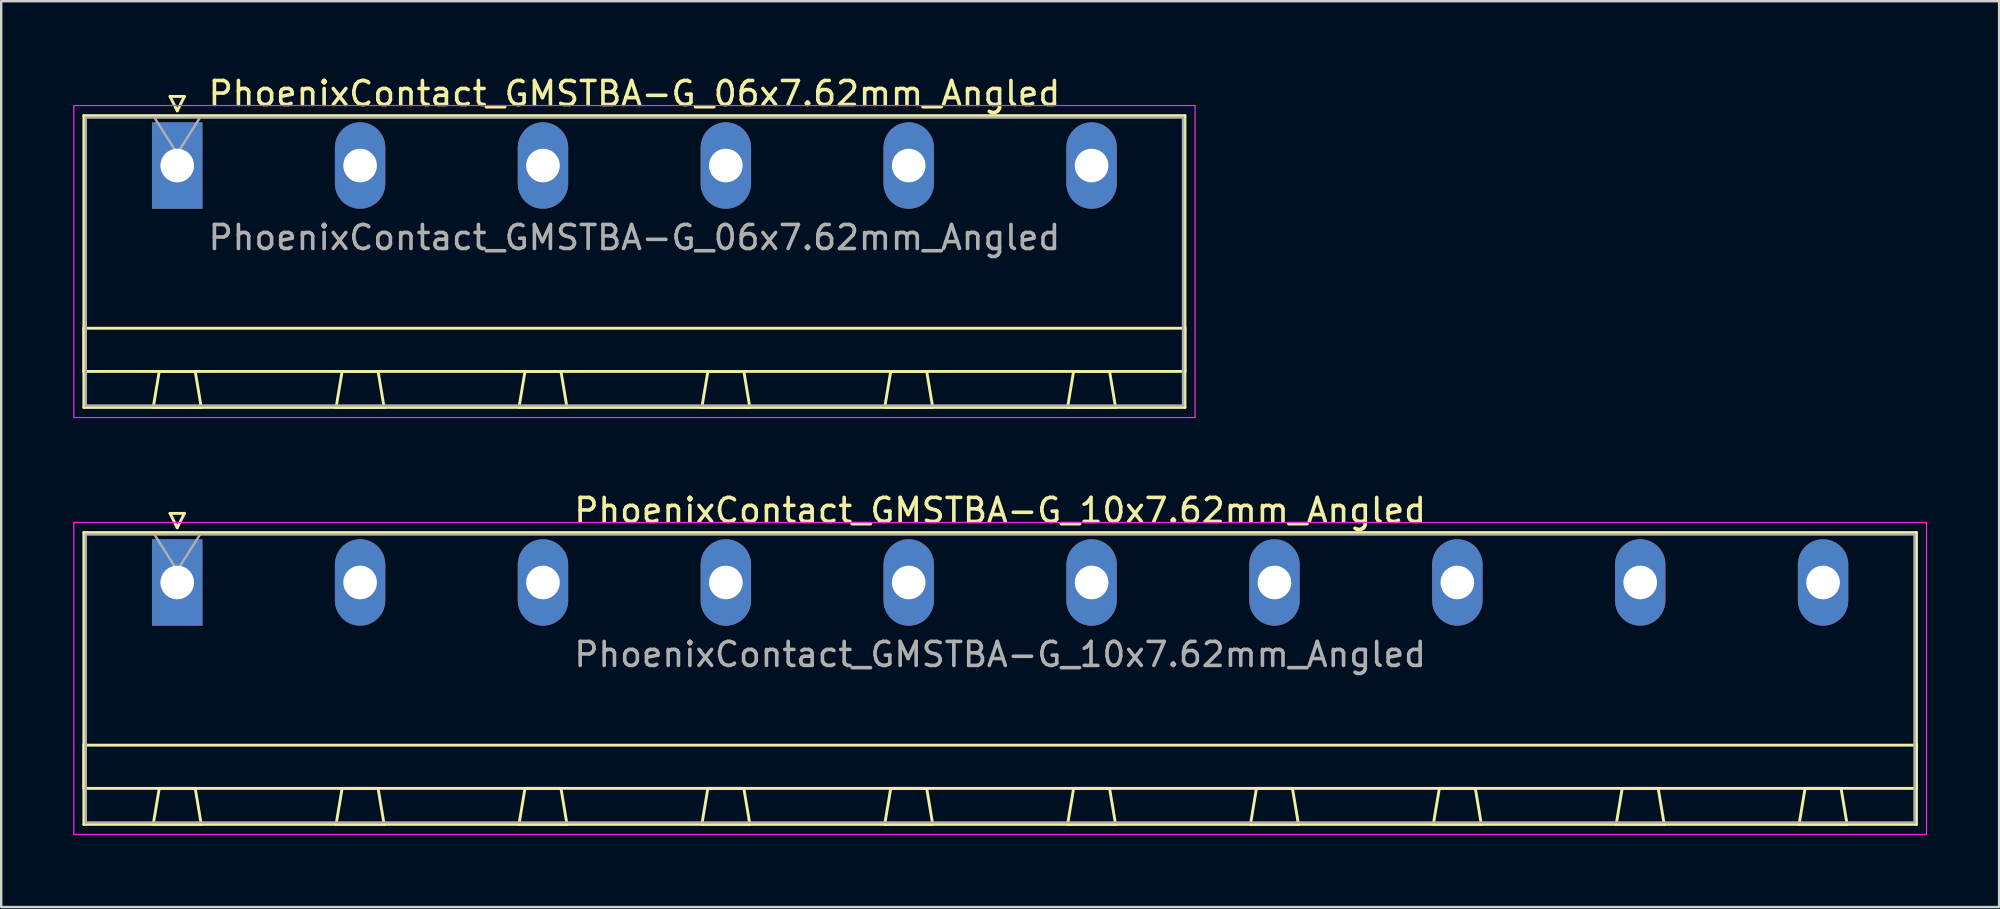
<source format=kicad_pcb>
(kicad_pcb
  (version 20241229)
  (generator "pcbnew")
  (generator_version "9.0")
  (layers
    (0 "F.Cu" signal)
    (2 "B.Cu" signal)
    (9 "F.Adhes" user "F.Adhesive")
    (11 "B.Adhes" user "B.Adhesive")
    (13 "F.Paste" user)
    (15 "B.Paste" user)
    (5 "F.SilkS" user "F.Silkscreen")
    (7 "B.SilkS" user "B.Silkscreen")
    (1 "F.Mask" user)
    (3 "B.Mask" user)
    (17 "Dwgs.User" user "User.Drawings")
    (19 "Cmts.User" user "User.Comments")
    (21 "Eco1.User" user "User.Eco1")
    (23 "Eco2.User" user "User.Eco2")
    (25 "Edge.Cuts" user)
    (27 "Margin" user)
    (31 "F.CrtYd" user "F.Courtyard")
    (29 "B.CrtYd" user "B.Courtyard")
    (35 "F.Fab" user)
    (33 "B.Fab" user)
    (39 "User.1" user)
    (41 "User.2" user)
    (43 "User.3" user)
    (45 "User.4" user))
  (footprint "PhoenixContact_GMSTBA-G_10x7.62mm_Angled"
    (layer "F.Cu")
    (at 4.335 21.221)
    (property "Reference" "PhoenixContact_GMSTBA-G_10x7.62mm_Angled" (at 34.29 -3 0) (layer "F.SilkS") (effects (font (size 1 1) (thickness 0.15))))
    (attr through_hole)
    (fp_line (start -3.89 -2.08) (end -3.89 10.08) (stroke (width 0.12) (type solid)) (layer "F.SilkS"))
    (fp_line (start -3.89 6.78) (end 72.47 6.78) (stroke (width 0.12) (type solid)) (layer "F.SilkS"))
    (fp_line (start -3.89 8.58) (end -3.89 6.78) (stroke (width 0.12) (type solid)) (layer "F.SilkS"))
    (fp_line (start -3.89 10.08) (end 72.47 10.08) (stroke (width 0.12) (type solid)) (layer "F.SilkS"))
    (fp_line (start -1 10.08) (end 1 10.08) (stroke (width 0.12) (type solid)) (layer "F.SilkS"))
    (fp_line (start -0.75 8.58) (end -1 10.08) (stroke (width 0.12) (type solid)) (layer "F.SilkS"))
    (fp_line (start -0.3 -2.88) (end 0.3 -2.88) (stroke (width 0.12) (type solid)) (layer "F.SilkS"))
    (fp_line (start 0 -2.28) (end -0.3 -2.88) (stroke (width 0.12) (type solid)) (layer "F.SilkS"))
    (fp_line (start 0.3 -2.88) (end 0 -2.28) (stroke (width 0.12) (type solid)) (layer "F.SilkS"))
    (fp_line (start 0.75 8.58) (end -0.75 8.58) (stroke (width 0.12) (type solid)) (layer "F.SilkS"))
    (fp_line (start 1 10.08) (end 0.75 8.58) (stroke (width 0.12) (type solid)) (layer "F.SilkS"))
    (fp_line (start 6.62 10.08) (end 8.62 10.08) (stroke (width 0.12) (type solid)) (layer "F.SilkS"))
    (fp_line (start 6.87 8.58) (end 6.62 10.08) (stroke (width 0.12) (type solid)) (layer "F.SilkS"))
    (fp_line (start 8.37 8.58) (end 6.87 8.58) (stroke (width 0.12) (type solid)) (layer "F.SilkS"))
    (fp_line (start 8.62 10.08) (end 8.37 8.58) (stroke (width 0.12) (type solid)) (layer "F.SilkS"))
    (fp_line (start 14.24 10.08) (end 16.24 10.08) (stroke (width 0.12) (type solid)) (layer "F.SilkS"))
    (fp_line (start 14.49 8.58) (end 14.24 10.08) (stroke (width 0.12) (type solid)) (layer "F.SilkS"))
    (fp_line (start 15.99 8.58) (end 14.49 8.58) (stroke (width 0.12) (type solid)) (layer "F.SilkS"))
    (fp_line (start 16.24 10.08) (end 15.99 8.58) (stroke (width 0.12) (type solid)) (layer "F.SilkS"))
    (fp_line (start 21.86 10.08) (end 23.86 10.08) (stroke (width 0.12) (type solid)) (layer "F.SilkS"))
    (fp_line (start 22.11 8.58) (end 21.86 10.08) (stroke (width 0.12) (type solid)) (layer "F.SilkS"))
    (fp_line (start 23.61 8.58) (end 22.11 8.58) (stroke (width 0.12) (type solid)) (layer "F.SilkS"))
    (fp_line (start 23.86 10.08) (end 23.61 8.58) (stroke (width 0.12) (type solid)) (layer "F.SilkS"))
    (fp_line (start 29.48 10.08) (end 31.48 10.08) (stroke (width 0.12) (type solid)) (layer "F.SilkS"))
    (fp_line (start 29.73 8.58) (end 29.48 10.08) (stroke (width 0.12) (type solid)) (layer "F.SilkS"))
    (fp_line (start 31.23 8.58) (end 29.73 8.58) (stroke (width 0.12) (type solid)) (layer "F.SilkS"))
    (fp_line (start 31.48 10.08) (end 31.23 8.58) (stroke (width 0.12) (type solid)) (layer "F.SilkS"))
    (fp_line (start 37.1 10.08) (end 39.1 10.08) (stroke (width 0.12) (type solid)) (layer "F.SilkS"))
    (fp_line (start 37.35 8.58) (end 37.1 10.08) (stroke (width 0.12) (type solid)) (layer "F.SilkS"))
    (fp_line (start 38.85 8.58) (end 37.35 8.58) (stroke (width 0.12) (type solid)) (layer "F.SilkS"))
    (fp_line (start 39.1 10.08) (end 38.85 8.58) (stroke (width 0.12) (type solid)) (layer "F.SilkS"))
    (fp_line (start 44.72 10.08) (end 46.72 10.08) (stroke (width 0.12) (type solid)) (layer "F.SilkS"))
    (fp_line (start 44.97 8.58) (end 44.72 10.08) (stroke (width 0.12) (type solid)) (layer "F.SilkS"))
    (fp_line (start 46.47 8.58) (end 44.97 8.58) (stroke (width 0.12) (type solid)) (layer "F.SilkS"))
    (fp_line (start 46.72 10.08) (end 46.47 8.58) (stroke (width 0.12) (type solid)) (layer "F.SilkS"))
    (fp_line (start 52.34 10.08) (end 54.34 10.08) (stroke (width 0.12) (type solid)) (layer "F.SilkS"))
    (fp_line (start 52.59 8.58) (end 52.34 10.08) (stroke (width 0.12) (type solid)) (layer "F.SilkS"))
    (fp_line (start 54.09 8.58) (end 52.59 8.58) (stroke (width 0.12) (type solid)) (layer "F.SilkS"))
    (fp_line (start 54.34 10.08) (end 54.09 8.58) (stroke (width 0.12) (type solid)) (layer "F.SilkS"))
    (fp_line (start 59.96 10.08) (end 61.96 10.08) (stroke (width 0.12) (type solid)) (layer "F.SilkS"))
    (fp_line (start 60.21 8.58) (end 59.96 10.08) (stroke (width 0.12) (type solid)) (layer "F.SilkS"))
    (fp_line (start 61.71 8.58) (end 60.21 8.58) (stroke (width 0.12) (type solid)) (layer "F.SilkS"))
    (fp_line (start 61.96 10.08) (end 61.71 8.58) (stroke (width 0.12) (type solid)) (layer "F.SilkS"))
    (fp_line (start 67.58 10.08) (end 69.58 10.08) (stroke (width 0.12) (type solid)) (layer "F.SilkS"))
    (fp_line (start 67.83 8.58) (end 67.58 10.08) (stroke (width 0.12) (type solid)) (layer "F.SilkS"))
    (fp_line (start 69.33 8.58) (end 67.83 8.58) (stroke (width 0.12) (type solid)) (layer "F.SilkS"))
    (fp_line (start 69.58 10.08) (end 69.33 8.58) (stroke (width 0.12) (type solid)) (layer "F.SilkS"))
    (fp_line (start 72.47 -2.08) (end -3.89 -2.08) (stroke (width 0.12) (type solid)) (layer "F.SilkS"))
    (fp_line (start 72.47 6.78) (end 72.47 8.58) (stroke (width 0.12) (type solid)) (layer "F.SilkS"))
    (fp_line (start 72.47 8.58) (end -3.89 8.58) (stroke (width 0.12) (type solid)) (layer "F.SilkS"))
    (fp_line (start 72.47 10.08) (end 72.47 -2.08) (stroke (width 0.12) (type solid)) (layer "F.SilkS"))
    (fp_line (start -4.31 -2.5) (end -4.31 10.5) (stroke (width 0.05) (type solid)) (layer "F.CrtYd"))
    (fp_line (start -4.31 10.5) (end 72.89 10.5) (stroke (width 0.05) (type solid)) (layer "F.CrtYd"))
    (fp_line (start 72.89 -2.5) (end -4.31 -2.5) (stroke (width 0.05) (type solid)) (layer "F.CrtYd"))
    (fp_line (start 72.89 10.5) (end 72.89 -2.5) (stroke (width 0.05) (type solid)) (layer "F.CrtYd"))
    (fp_line (start -3.81 -2) (end -3.81 10) (stroke (width 0.1) (type solid)) (layer "F.Fab"))
    (fp_line (start -3.81 10) (end 72.39 10) (stroke (width 0.1) (type solid)) (layer "F.Fab"))
    (fp_line (start 0 -0.5) (end -0.95 -2) (stroke (width 0.1) (type solid)) (layer "F.Fab"))
    (fp_line (start 0.95 -2) (end 0 -0.5) (stroke (width 0.1) (type solid)) (layer "F.Fab"))
    (fp_line (start 72.39 -2) (end -3.81 -2) (stroke (width 0.1) (type solid)) (layer "F.Fab"))
    (fp_line (start 72.39 10) (end 72.39 -2) (stroke (width 0.1) (type solid)) (layer "F.Fab"))
    (fp_text user "${REFERENCE}" (at 34.29 3 0) (layer "F.Fab") (effects (font (size 1 1) (thickness 0.15))))
    (pad "1" thru_hole rect (at 0 0) (size 2.1 3.6) (drill 1.4) (layers "*.Cu" "*.Mask"))
    (pad "2" thru_hole oval (at 7.62 0) (size 2.1 3.6) (drill 1.4) (layers "*.Cu" "*.Mask"))
    (pad "3" thru_hole oval (at 15.24 0) (size 2.1 3.6) (drill 1.4) (layers "*.Cu" "*.Mask"))
    (pad "4" thru_hole oval (at 22.86 0) (size 2.1 3.6) (drill 1.4) (layers "*.Cu" "*.Mask"))
    (pad "5" thru_hole oval (at 30.48 0) (size 2.1 3.6) (drill 1.4) (layers "*.Cu" "*.Mask"))
    (pad "6" thru_hole oval (at 38.1 0) (size 2.1 3.6) (drill 1.4) (layers "*.Cu" "*.Mask"))
    (pad "7" thru_hole oval (at 45.72 0) (size 2.1 3.6) (drill 1.4) (layers "*.Cu" "*.Mask"))
    (pad "8" thru_hole oval (at 53.34 0) (size 2.1 3.6) (drill 1.4) (layers "*.Cu" "*.Mask"))
    (pad "9" thru_hole oval (at 60.96 0) (size 2.1 3.6) (drill 1.4) (layers "*.Cu" "*.Mask"))
    (pad "10" thru_hole oval (at 68.58 0) (size 2.1 3.6) (drill 1.4) (layers "*.Cu" "*.Mask")))
  (footprint "PhoenixContact_GMSTBA-G_06x7.62mm_Angled"
    (layer "F.Cu")
    (at 4.335 3.848)
    (property "Reference" "PhoenixContact_GMSTBA-G_06x7.62mm_Angled" (at 19.05 -3 0) (layer "F.SilkS") (effects (font (size 1 1) (thickness 0.15))))
    (attr through_hole)
    (fp_line (start -3.89 -2.08) (end -3.89 10.08) (stroke (width 0.12) (type solid)) (layer "F.SilkS"))
    (fp_line (start -3.89 6.78) (end 41.99 6.78) (stroke (width 0.12) (type solid)) (layer "F.SilkS"))
    (fp_line (start -3.89 8.58) (end -3.89 6.78) (stroke (width 0.12) (type solid)) (layer "F.SilkS"))
    (fp_line (start -3.89 10.08) (end 41.99 10.08) (stroke (width 0.12) (type solid)) (layer "F.SilkS"))
    (fp_line (start -1 10.08) (end 1 10.08) (stroke (width 0.12) (type solid)) (layer "F.SilkS"))
    (fp_line (start -0.75 8.58) (end -1 10.08) (stroke (width 0.12) (type solid)) (layer "F.SilkS"))
    (fp_line (start -0.3 -2.88) (end 0.3 -2.88) (stroke (width 0.12) (type solid)) (layer "F.SilkS"))
    (fp_line (start 0 -2.28) (end -0.3 -2.88) (stroke (width 0.12) (type solid)) (layer "F.SilkS"))
    (fp_line (start 0.3 -2.88) (end 0 -2.28) (stroke (width 0.12) (type solid)) (layer "F.SilkS"))
    (fp_line (start 0.75 8.58) (end -0.75 8.58) (stroke (width 0.12) (type solid)) (layer "F.SilkS"))
    (fp_line (start 1 10.08) (end 0.75 8.58) (stroke (width 0.12) (type solid)) (layer "F.SilkS"))
    (fp_line (start 6.62 10.08) (end 8.62 10.08) (stroke (width 0.12) (type solid)) (layer "F.SilkS"))
    (fp_line (start 6.87 8.58) (end 6.62 10.08) (stroke (width 0.12) (type solid)) (layer "F.SilkS"))
    (fp_line (start 8.37 8.58) (end 6.87 8.58) (stroke (width 0.12) (type solid)) (layer "F.SilkS"))
    (fp_line (start 8.62 10.08) (end 8.37 8.58) (stroke (width 0.12) (type solid)) (layer "F.SilkS"))
    (fp_line (start 14.24 10.08) (end 16.24 10.08) (stroke (width 0.12) (type solid)) (layer "F.SilkS"))
    (fp_line (start 14.49 8.58) (end 14.24 10.08) (stroke (width 0.12) (type solid)) (layer "F.SilkS"))
    (fp_line (start 15.99 8.58) (end 14.49 8.58) (stroke (width 0.12) (type solid)) (layer "F.SilkS"))
    (fp_line (start 16.24 10.08) (end 15.99 8.58) (stroke (width 0.12) (type solid)) (layer "F.SilkS"))
    (fp_line (start 21.86 10.08) (end 23.86 10.08) (stroke (width 0.12) (type solid)) (layer "F.SilkS"))
    (fp_line (start 22.11 8.58) (end 21.86 10.08) (stroke (width 0.12) (type solid)) (layer "F.SilkS"))
    (fp_line (start 23.61 8.58) (end 22.11 8.58) (stroke (width 0.12) (type solid)) (layer "F.SilkS"))
    (fp_line (start 23.86 10.08) (end 23.61 8.58) (stroke (width 0.12) (type solid)) (layer "F.SilkS"))
    (fp_line (start 29.48 10.08) (end 31.48 10.08) (stroke (width 0.12) (type solid)) (layer "F.SilkS"))
    (fp_line (start 29.73 8.58) (end 29.48 10.08) (stroke (width 0.12) (type solid)) (layer "F.SilkS"))
    (fp_line (start 31.23 8.58) (end 29.73 8.58) (stroke (width 0.12) (type solid)) (layer "F.SilkS"))
    (fp_line (start 31.48 10.08) (end 31.23 8.58) (stroke (width 0.12) (type solid)) (layer "F.SilkS"))
    (fp_line (start 37.1 10.08) (end 39.1 10.08) (stroke (width 0.12) (type solid)) (layer "F.SilkS"))
    (fp_line (start 37.35 8.58) (end 37.1 10.08) (stroke (width 0.12) (type solid)) (layer "F.SilkS"))
    (fp_line (start 38.85 8.58) (end 37.35 8.58) (stroke (width 0.12) (type solid)) (layer "F.SilkS"))
    (fp_line (start 39.1 10.08) (end 38.85 8.58) (stroke (width 0.12) (type solid)) (layer "F.SilkS"))
    (fp_line (start 41.99 -2.08) (end -3.89 -2.08) (stroke (width 0.12) (type solid)) (layer "F.SilkS"))
    (fp_line (start 41.99 6.78) (end 41.99 8.58) (stroke (width 0.12) (type solid)) (layer "F.SilkS"))
    (fp_line (start 41.99 8.58) (end -3.89 8.58) (stroke (width 0.12) (type solid)) (layer "F.SilkS"))
    (fp_line (start 41.99 10.08) (end 41.99 -2.08) (stroke (width 0.12) (type solid)) (layer "F.SilkS"))
    (fp_line (start -4.31 -2.5) (end -4.31 10.5) (stroke (width 0.05) (type solid)) (layer "F.CrtYd"))
    (fp_line (start -4.31 10.5) (end 42.41 10.5) (stroke (width 0.05) (type solid)) (layer "F.CrtYd"))
    (fp_line (start 42.41 -2.5) (end -4.31 -2.5) (stroke (width 0.05) (type solid)) (layer "F.CrtYd"))
    (fp_line (start 42.41 10.5) (end 42.41 -2.5) (stroke (width 0.05) (type solid)) (layer "F.CrtYd"))
    (fp_line (start -3.81 -2) (end -3.81 10) (stroke (width 0.1) (type solid)) (layer "F.Fab"))
    (fp_line (start -3.81 10) (end 41.91 10) (stroke (width 0.1) (type solid)) (layer "F.Fab"))
    (fp_line (start 0 -0.5) (end -0.95 -2) (stroke (width 0.1) (type solid)) (layer "F.Fab"))
    (fp_line (start 0.95 -2) (end 0 -0.5) (stroke (width 0.1) (type solid)) (layer "F.Fab"))
    (fp_line (start 41.91 -2) (end -3.81 -2) (stroke (width 0.1) (type solid)) (layer "F.Fab"))
    (fp_line (start 41.91 10) (end 41.91 -2) (stroke (width 0.1) (type solid)) (layer "F.Fab"))
    (fp_text user "${REFERENCE}" (at 19.05 3 0) (layer "F.Fab") (effects (font (size 1 1) (thickness 0.15))))
    (pad "1" thru_hole rect (at 0 0) (size 2.1 3.6) (drill 1.4) (layers "*.Cu" "*.Mask"))
    (pad "2" thru_hole oval (at 7.62 0) (size 2.1 3.6) (drill 1.4) (layers "*.Cu" "*.Mask"))
    (pad "3" thru_hole oval (at 15.24 0) (size 2.1 3.6) (drill 1.4) (layers "*.Cu" "*.Mask"))
    (pad "4" thru_hole oval (at 22.86 0) (size 2.1 3.6) (drill 1.4) (layers "*.Cu" "*.Mask"))
    (pad "5" thru_hole oval (at 30.48 0) (size 2.1 3.6) (drill 1.4) (layers "*.Cu" "*.Mask"))
    (pad "6" thru_hole oval (at 38.1 0) (size 2.1 3.6) (drill 1.4) (layers "*.Cu" "*.Mask")))
  (gr_rect
    (start -3 -3)
    (end 80.25 34.746)
    (stroke (width 0.1) (type default))
    (fill no)
    (layer "Edge.Cuts")))
</source>
